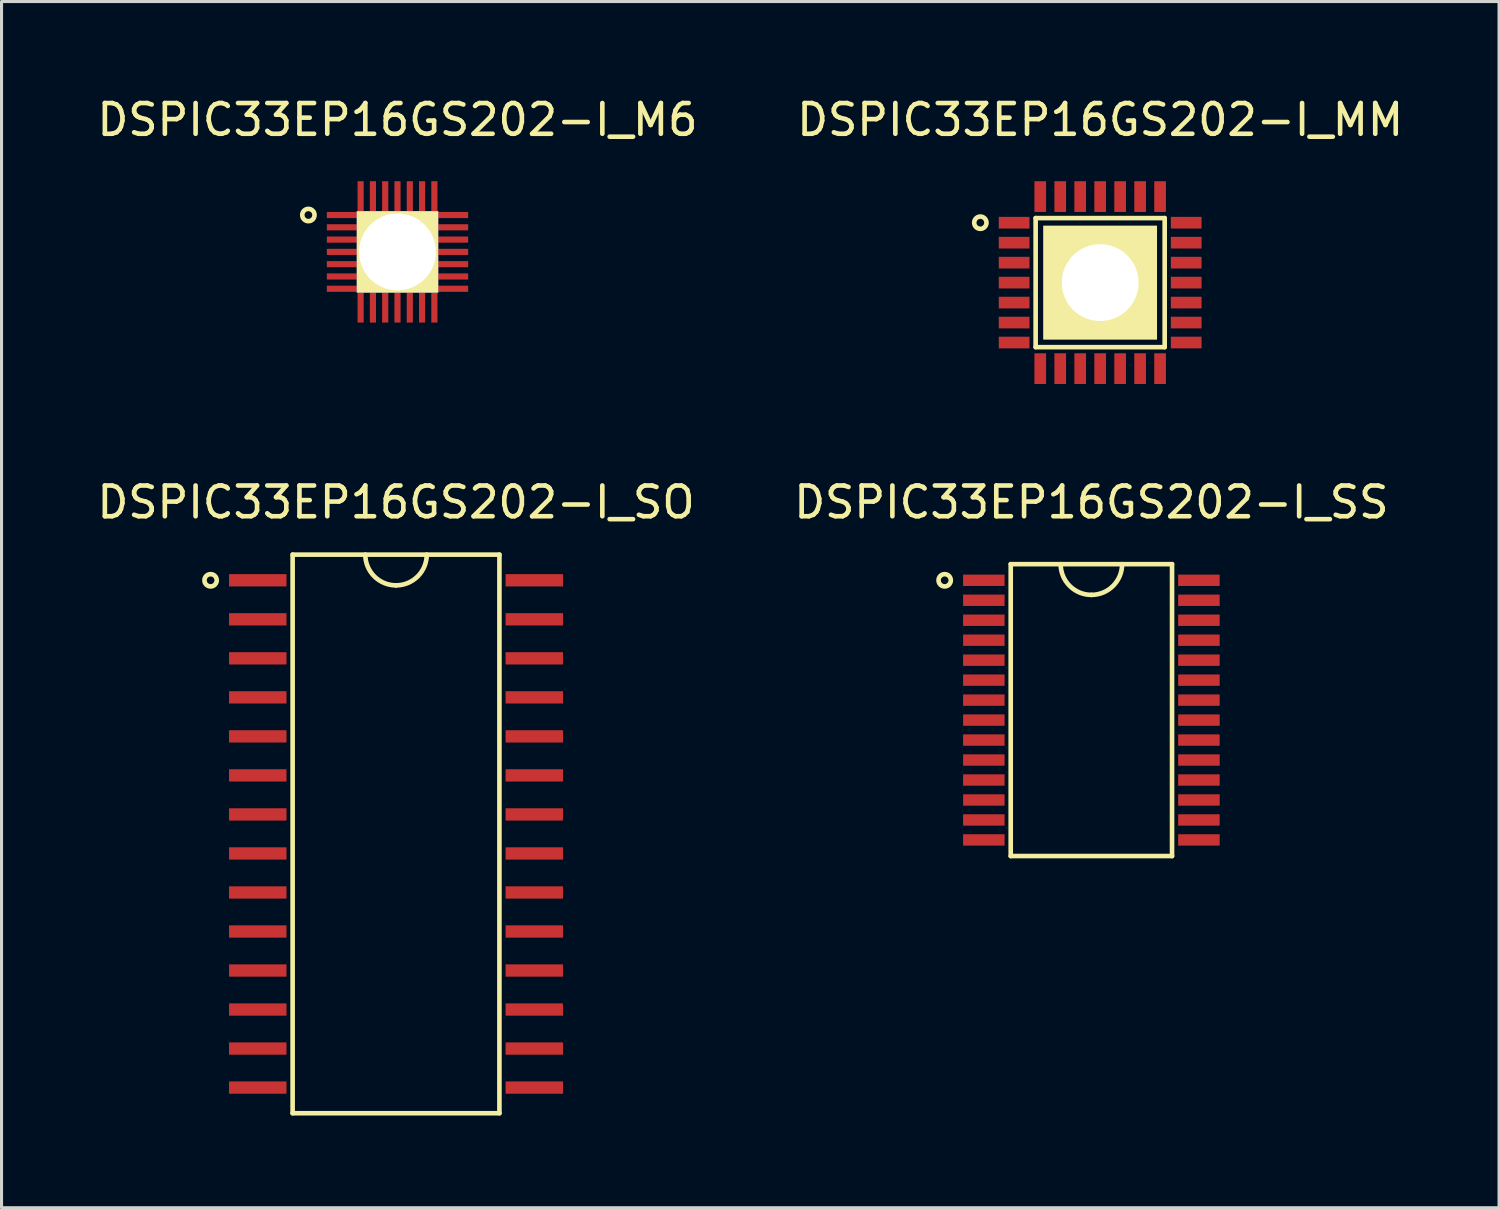
<source format=kicad_pcb>
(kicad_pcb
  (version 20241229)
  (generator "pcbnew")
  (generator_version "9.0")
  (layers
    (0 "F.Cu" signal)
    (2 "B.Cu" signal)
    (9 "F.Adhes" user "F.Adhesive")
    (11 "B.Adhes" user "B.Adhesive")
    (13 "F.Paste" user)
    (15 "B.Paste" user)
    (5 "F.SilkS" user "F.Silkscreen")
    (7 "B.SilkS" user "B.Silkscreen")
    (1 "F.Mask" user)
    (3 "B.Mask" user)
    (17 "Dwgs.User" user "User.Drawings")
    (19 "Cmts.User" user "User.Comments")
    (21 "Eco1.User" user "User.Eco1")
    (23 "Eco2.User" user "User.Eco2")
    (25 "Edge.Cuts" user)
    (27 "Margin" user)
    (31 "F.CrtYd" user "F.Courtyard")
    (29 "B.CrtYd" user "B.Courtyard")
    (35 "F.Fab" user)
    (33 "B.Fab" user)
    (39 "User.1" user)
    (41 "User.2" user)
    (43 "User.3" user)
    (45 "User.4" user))
  (footprint "DSPIC33EP16GS202-I_SO"
    (layer "F.Cu")
    (at 5.339 15.836)
    (property "Reference" "DSPIC33EP16GS202-I_SO" (at 4.5 -2.54 0) (layer "F.SilkS") (effects (font (size 1 1) (thickness 0.15))))
    (attr through_hole)
    (fp_line (start 1.135 -0.835) (end 7.865 -0.835) (stroke (width 0.15) (type solid)) (layer "F.SilkS"))
    (fp_line (start 1.135 17.345) (end 1.135 -0.835) (stroke (width 0.15) (type solid)) (layer "F.SilkS"))
    (fp_line (start 7.865 -0.835) (end 7.865 17.345) (stroke (width 0.15) (type solid)) (layer "F.SilkS"))
    (fp_line (start 7.865 17.345) (end 1.135 17.345) (stroke (width 0.15) (type solid)) (layer "F.SilkS"))
    (fp_arc (start 4.5 0.165) (mid 3.792893 -0.127893) (end 3.5 -0.835) (stroke (width 0.15) (type solid)) (layer "F.SilkS"))
    (fp_arc (start 5.5 -0.835) (mid 5.207107 -0.127893) (end 4.5 0.165) (stroke (width 0.15) (type solid)) (layer "F.SilkS"))
    (fp_circle (center -1.535 0) (end -1.535 0.2) (stroke (width 0.15) (type solid)) (fill no) (layer "F.SilkS"))
    (pad "1" smd rect (at 0 0) (size 1.87 0.4) (layers "F.Cu" "F.Mask" "F.Paste"))
    (pad "2" smd rect (at 0 1.27) (size 1.87 0.4) (layers "F.Cu" "F.Mask" "F.Paste"))
    (pad "3" smd rect (at 0 2.54) (size 1.87 0.4) (layers "F.Cu" "F.Mask" "F.Paste"))
    (pad "4" smd rect (at 0 3.81) (size 1.87 0.4) (layers "F.Cu" "F.Mask" "F.Paste"))
    (pad "5" smd rect (at 0 5.08) (size 1.87 0.4) (layers "F.Cu" "F.Mask" "F.Paste"))
    (pad "6" smd rect (at 0 6.35) (size 1.87 0.4) (layers "F.Cu" "F.Mask" "F.Paste"))
    (pad "7" smd rect (at 0 7.62) (size 1.87 0.4) (layers "F.Cu" "F.Mask" "F.Paste"))
    (pad "8" smd rect (at 0 8.89) (size 1.87 0.4) (layers "F.Cu" "F.Mask" "F.Paste"))
    (pad "9" smd rect (at 0 10.16) (size 1.87 0.4) (layers "F.Cu" "F.Mask" "F.Paste"))
    (pad "10" smd rect (at 0 11.43) (size 1.87 0.4) (layers "F.Cu" "F.Mask" "F.Paste"))
    (pad "11" smd rect (at 0 12.7) (size 1.87 0.4) (layers "F.Cu" "F.Mask" "F.Paste"))
    (pad "12" smd rect (at 0 13.97) (size 1.87 0.4) (layers "F.Cu" "F.Mask" "F.Paste"))
    (pad "13" smd rect (at 0 15.24) (size 1.87 0.4) (layers "F.Cu" "F.Mask" "F.Paste"))
    (pad "14" smd rect (at 0 16.51) (size 1.87 0.4) (layers "F.Cu" "F.Mask" "F.Paste"))
    (pad "15" smd rect (at 9 16.51) (size 1.87 0.4) (layers "F.Cu" "F.Mask" "F.Paste"))
    (pad "16" smd rect (at 9 15.24) (size 1.87 0.4) (layers "F.Cu" "F.Mask" "F.Paste"))
    (pad "17" smd rect (at 9 13.97) (size 1.87 0.4) (layers "F.Cu" "F.Mask" "F.Paste"))
    (pad "18" smd rect (at 9 12.7) (size 1.87 0.4) (layers "F.Cu" "F.Mask" "F.Paste"))
    (pad "19" smd rect (at 9 11.43) (size 1.87 0.4) (layers "F.Cu" "F.Mask" "F.Paste"))
    (pad "20" smd rect (at 9 10.16) (size 1.87 0.4) (layers "F.Cu" "F.Mask" "F.Paste"))
    (pad "21" smd rect (at 9 8.89) (size 1.87 0.4) (layers "F.Cu" "F.Mask" "F.Paste"))
    (pad "22" smd rect (at 9 7.62) (size 1.87 0.4) (layers "F.Cu" "F.Mask" "F.Paste"))
    (pad "23" smd rect (at 9 6.35) (size 1.87 0.4) (layers "F.Cu" "F.Mask" "F.Paste"))
    (pad "24" smd rect (at 9 5.08) (size 1.87 0.4) (layers "F.Cu" "F.Mask" "F.Paste"))
    (pad "25" smd rect (at 9 3.81) (size 1.87 0.4) (layers "F.Cu" "F.Mask" "F.Paste"))
    (pad "26" smd rect (at 9 2.54) (size 1.87 0.4) (layers "F.Cu" "F.Mask" "F.Paste"))
    (pad "27" smd rect (at 9 1.27) (size 1.87 0.4) (layers "F.Cu" "F.Mask" "F.Paste"))
    (pad "28" smd rect (at 9 0) (size 1.87 0.4) (layers "F.Cu" "F.Mask" "F.Paste")))
  (footprint "DSPIC33EP16GS202-I_M6"
    (layer "F.Cu")
    (at 8.087 3.348)
    (property "Reference" "DSPIC33EP16GS202-I_M6" (at 1.8 -2.5 0) (layer "F.SilkS") (effects (font (size 1 1) (thickness 0.15))))
    (attr through_hole)
    (fp_line (start 0.7 0.7) (end 0.7 2.9) (stroke (width 0.15) (type solid)) (layer "F.SilkS"))
    (fp_line (start 0.7 0.7) (end 2.9 0.7) (stroke (width 0.15) (type solid)) (layer "F.SilkS"))
    (fp_line (start 0.7 2.9) (end 2.9 2.9) (stroke (width 0.15) (type solid)) (layer "F.SilkS"))
    (fp_line (start 2.9 2.9) (end 2.9 0.7) (stroke (width 0.15) (type solid)) (layer "F.SilkS"))
    (fp_circle (center -1.1 0.6) (end -1.1 0.4) (stroke (width 0.15) (type solid)) (fill no) (layer "F.SilkS"))
    (fp_circle (center 1.7 1.7) (end 1.7 1.2) (stroke (width 0.15) (type solid)) (fill no) (layer "F.SilkS"))
    (pad "1" smd rect (at 0 0.6) (size 1 0.2) (layers "F.Cu" "F.Mask" "F.Paste"))
    (pad "2" smd rect (at 0 1) (size 1 0.2) (layers "F.Cu" "F.Mask" "F.Paste"))
    (pad "3" smd rect (at 0 1.4) (size 1 0.2) (layers "F.Cu" "F.Mask" "F.Paste"))
    (pad "4" smd rect (at 0 1.8) (size 1 0.2) (layers "F.Cu" "F.Mask" "F.Paste"))
    (pad "5" smd rect (at 0 2.2) (size 1 0.2) (layers "F.Cu" "F.Mask" "F.Paste"))
    (pad "6" smd rect (at 0 2.6) (size 1 0.2) (layers "F.Cu" "F.Mask" "F.Paste"))
    (pad "7" smd rect (at 0 3) (size 1 0.2) (layers "F.Cu" "F.Mask" "F.Paste"))
    (pad "8" smd rect (at 0.6 3.6) (size 0.2 1) (layers "F.Cu" "F.Mask" "F.Paste"))
    (pad "9" smd rect (at 1 3.6) (size 0.2 1) (layers "F.Cu" "F.Mask" "F.Paste"))
    (pad "10" smd rect (at 1.4 3.6) (size 0.2 1) (layers "F.Cu" "F.Mask" "F.Paste"))
    (pad "11" smd rect (at 1.8 3.6) (size 0.2 1) (layers "F.Cu" "F.Mask" "F.Paste"))
    (pad "12" smd rect (at 2.2 3.6) (size 0.2 1) (layers "F.Cu" "F.Mask" "F.Paste"))
    (pad "13" smd rect (at 2.6 3.6) (size 0.2 1) (layers "F.Cu" "F.Mask" "F.Paste"))
    (pad "14" smd rect (at 3 3.6) (size 0.2 1) (layers "F.Cu" "F.Mask" "F.Paste"))
    (pad "15" smd rect (at 3.6 3) (size 1 0.2) (layers "F.Cu" "F.Mask" "F.Paste"))
    (pad "16" smd rect (at 3.6 2.6) (size 1 0.2) (layers "F.Cu" "F.Mask" "F.Paste"))
    (pad "17" smd rect (at 3.6 2.2) (size 1 0.2) (layers "F.Cu" "F.Mask" "F.Paste"))
    (pad "18" smd rect (at 3.6 1.8) (size 1 0.2) (layers "F.Cu" "F.Mask" "F.Paste"))
    (pad "19" smd rect (at 3.6 1.4) (size 1 0.2) (layers "F.Cu" "F.Mask" "F.Paste"))
    (pad "20" smd rect (at 3.6 1) (size 1 0.2) (layers "F.Cu" "F.Mask" "F.Paste"))
    (pad "21" smd rect (at 3.6 0.6) (size 1 0.2) (layers "F.Cu" "F.Mask" "F.Paste"))
    (pad "22" smd rect (at 3 0) (size 0.2 1) (layers "F.Cu" "F.Mask" "F.Paste"))
    (pad "23" smd rect (at 2.6 0) (size 0.2 1) (layers "F.Cu" "F.Mask" "F.Paste"))
    (pad "24" smd rect (at 2.2 0) (size 0.2 1) (layers "F.Cu" "F.Mask" "F.Paste"))
    (pad "25" smd rect (at 1.8 0) (size 0.2 1) (layers "F.Cu" "F.Mask" "F.Paste"))
    (pad "26" smd rect (at 1.4 0) (size 0.2 1) (layers "F.Cu" "F.Mask" "F.Paste"))
    (pad "27" smd rect (at 1 0) (size 0.2 1) (layers "F.Cu" "F.Mask" "F.Paste"))
    (pad "28" smd rect (at 0.6 0) (size 0.2 1) (layers "F.Cu" "F.Mask" "F.Paste"))
    (pad "999" thru_hole rect (at 1.8 1.8) (size 2.65 2.65) (drill 2.5) (layers "*.Cu" "*.Mask" "F.SilkS")))
  (footprint "DSPIC33EP16GS202-I_MM"
    (layer "F.Cu")
    (at 29.956 3.348)
    (property "Reference" "DSPIC33EP16GS202-I_MM" (at 2.8 -2.5 0) (layer "F.SilkS") (effects (font (size 1 1) (thickness 0.15))))
    (attr through_hole)
    (fp_line (start 0.7 0.7) (end 0.7 4.9) (stroke (width 0.15) (type solid)) (layer "F.SilkS"))
    (fp_line (start 0.7 0.7) (end 4.9 0.7) (stroke (width 0.15) (type solid)) (layer "F.SilkS"))
    (fp_line (start 0.7 4.9) (end 4.9 4.9) (stroke (width 0.15) (type solid)) (layer "F.SilkS"))
    (fp_line (start 4.9 4.9) (end 4.9 0.7) (stroke (width 0.15) (type solid)) (layer "F.SilkS"))
    (fp_circle (center -1.1 0.85) (end -1.1 0.65) (stroke (width 0.15) (type solid)) (fill no) (layer "F.SilkS"))
    (fp_circle (center 1.7 1.7) (end 1.7 1.2) (stroke (width 0.15) (type solid)) (fill no) (layer "F.SilkS"))
    (pad "1" smd rect (at 0 0.85) (size 1 0.38) (layers "F.Cu" "F.Mask" "F.Paste"))
    (pad "2" smd rect (at 0 1.5) (size 1 0.38) (layers "F.Cu" "F.Mask" "F.Paste"))
    (pad "3" smd rect (at 0 2.15) (size 1 0.38) (layers "F.Cu" "F.Mask" "F.Paste"))
    (pad "4" smd rect (at 0 2.8) (size 1 0.38) (layers "F.Cu" "F.Mask" "F.Paste"))
    (pad "5" smd rect (at 0 3.45) (size 1 0.38) (layers "F.Cu" "F.Mask" "F.Paste"))
    (pad "6" smd rect (at 0 4.1) (size 1 0.38) (layers "F.Cu" "F.Mask" "F.Paste"))
    (pad "7" smd rect (at 0 4.75) (size 1 0.38) (layers "F.Cu" "F.Mask" "F.Paste"))
    (pad "8" smd rect (at 0.85 5.6) (size 0.38 1) (layers "F.Cu" "F.Mask" "F.Paste"))
    (pad "9" smd rect (at 1.5 5.6) (size 0.38 1) (layers "F.Cu" "F.Mask" "F.Paste"))
    (pad "10" smd rect (at 2.15 5.6) (size 0.38 1) (layers "F.Cu" "F.Mask" "F.Paste"))
    (pad "11" smd rect (at 2.8 5.6) (size 0.38 1) (layers "F.Cu" "F.Mask" "F.Paste"))
    (pad "12" smd rect (at 3.45 5.6) (size 0.38 1) (layers "F.Cu" "F.Mask" "F.Paste"))
    (pad "13" smd rect (at 4.1 5.6) (size 0.38 1) (layers "F.Cu" "F.Mask" "F.Paste"))
    (pad "14" smd rect (at 4.75 5.6) (size 0.38 1) (layers "F.Cu" "F.Mask" "F.Paste"))
    (pad "15" smd rect (at 5.6 4.75) (size 1 0.38) (layers "F.Cu" "F.Mask" "F.Paste"))
    (pad "16" smd rect (at 5.6 4.1) (size 1 0.38) (layers "F.Cu" "F.Mask" "F.Paste"))
    (pad "17" smd rect (at 5.6 3.45) (size 1 0.38) (layers "F.Cu" "F.Mask" "F.Paste"))
    (pad "18" smd rect (at 5.6 2.8) (size 1 0.38) (layers "F.Cu" "F.Mask" "F.Paste"))
    (pad "19" smd rect (at 5.6 2.15) (size 1 0.38) (layers "F.Cu" "F.Mask" "F.Paste"))
    (pad "20" smd rect (at 5.6 1.5) (size 1 0.38) (layers "F.Cu" "F.Mask" "F.Paste"))
    (pad "21" smd rect (at 5.6 0.85) (size 1 0.38) (layers "F.Cu" "F.Mask" "F.Paste"))
    (pad "22" smd rect (at 4.75 0) (size 0.38 1) (layers "F.Cu" "F.Mask" "F.Paste"))
    (pad "23" smd rect (at 4.1 0) (size 0.38 1) (layers "F.Cu" "F.Mask" "F.Paste"))
    (pad "24" smd rect (at 3.45 0) (size 0.38 1) (layers "F.Cu" "F.Mask" "F.Paste"))
    (pad "25" smd rect (at 2.8 0) (size 0.38 1) (layers "F.Cu" "F.Mask" "F.Paste"))
    (pad "26" smd rect (at 2.15 0) (size 0.38 1) (layers "F.Cu" "F.Mask" "F.Paste"))
    (pad "27" smd rect (at 1.5 0) (size 0.38 1) (layers "F.Cu" "F.Mask" "F.Paste"))
    (pad "28" smd rect (at 0.85 0) (size 0.38 1) (layers "F.Cu" "F.Mask" "F.Paste"))
    (pad "999" thru_hole rect (at 2.8 2.8) (size 3.7 3.7) (drill 2.5) (layers "*.Cu" "*.Mask" "F.SilkS")))
  (footprint "DSPIC33EP16GS202-I_SS"
    (layer "F.Cu")
    (at 28.97 15.836)
    (property "Reference" "DSPIC33EP16GS202-I_SS" (at 3.5 -2.54 0) (layer "F.SilkS") (effects (font (size 1 1) (thickness 0.15))))
    (attr through_hole)
    (fp_line (start 0.875 -0.525) (end 6.125 -0.525) (stroke (width 0.15) (type solid)) (layer "F.SilkS"))
    (fp_line (start 0.875 8.975) (end 0.875 -0.525) (stroke (width 0.15) (type solid)) (layer "F.SilkS"))
    (fp_line (start 6.125 -0.525) (end 6.125 8.975) (stroke (width 0.15) (type solid)) (layer "F.SilkS"))
    (fp_line (start 6.125 8.975) (end 0.875 8.975) (stroke (width 0.15) (type solid)) (layer "F.SilkS"))
    (fp_arc (start 3.5 0.475) (mid 2.792893 0.182107) (end 2.5 -0.525) (stroke (width 0.15) (type solid)) (layer "F.SilkS"))
    (fp_arc (start 4.5 -0.525) (mid 4.207107 0.182107) (end 3.5 0.475) (stroke (width 0.15) (type solid)) (layer "F.SilkS"))
    (fp_circle (center -1.275 0) (end -1.275 0.2) (stroke (width 0.15) (type solid)) (fill no) (layer "F.SilkS"))
    (pad "1" smd rect (at 0 0) (size 1.35 0.37) (layers "F.Cu" "F.Mask" "F.Paste"))
    (pad "2" smd rect (at 0 0.65) (size 1.35 0.37) (layers "F.Cu" "F.Mask" "F.Paste"))
    (pad "3" smd rect (at 0 1.3) (size 1.35 0.37) (layers "F.Cu" "F.Mask" "F.Paste"))
    (pad "4" smd rect (at 0 1.95) (size 1.35 0.37) (layers "F.Cu" "F.Mask" "F.Paste"))
    (pad "5" smd rect (at 0 2.6) (size 1.35 0.37) (layers "F.Cu" "F.Mask" "F.Paste"))
    (pad "6" smd rect (at 0 3.25) (size 1.35 0.37) (layers "F.Cu" "F.Mask" "F.Paste"))
    (pad "7" smd rect (at 0 3.9) (size 1.35 0.37) (layers "F.Cu" "F.Mask" "F.Paste"))
    (pad "8" smd rect (at 0 4.55) (size 1.35 0.37) (layers "F.Cu" "F.Mask" "F.Paste"))
    (pad "9" smd rect (at 0 5.2) (size 1.35 0.37) (layers "F.Cu" "F.Mask" "F.Paste"))
    (pad "10" smd rect (at 0 5.85) (size 1.35 0.37) (layers "F.Cu" "F.Mask" "F.Paste"))
    (pad "11" smd rect (at 0 6.5) (size 1.35 0.37) (layers "F.Cu" "F.Mask" "F.Paste"))
    (pad "12" smd rect (at 0 7.15) (size 1.35 0.37) (layers "F.Cu" "F.Mask" "F.Paste"))
    (pad "13" smd rect (at 0 7.8) (size 1.35 0.37) (layers "F.Cu" "F.Mask" "F.Paste"))
    (pad "14" smd rect (at 0 8.45) (size 1.35 0.37) (layers "F.Cu" "F.Mask" "F.Paste"))
    (pad "15" smd rect (at 7 8.45) (size 1.35 0.37) (layers "F.Cu" "F.Mask" "F.Paste"))
    (pad "16" smd rect (at 7 7.8) (size 1.35 0.37) (layers "F.Cu" "F.Mask" "F.Paste"))
    (pad "17" smd rect (at 7 7.15) (size 1.35 0.37) (layers "F.Cu" "F.Mask" "F.Paste"))
    (pad "18" smd rect (at 7 6.5) (size 1.35 0.37) (layers "F.Cu" "F.Mask" "F.Paste"))
    (pad "19" smd rect (at 7 5.85) (size 1.35 0.37) (layers "F.Cu" "F.Mask" "F.Paste"))
    (pad "20" smd rect (at 7 5.2) (size 1.35 0.37) (layers "F.Cu" "F.Mask" "F.Paste"))
    (pad "21" smd rect (at 7 4.55) (size 1.35 0.37) (layers "F.Cu" "F.Mask" "F.Paste"))
    (pad "22" smd rect (at 7 3.9) (size 1.35 0.37) (layers "F.Cu" "F.Mask" "F.Paste"))
    (pad "23" smd rect (at 7 3.25) (size 1.35 0.37) (layers "F.Cu" "F.Mask" "F.Paste"))
    (pad "24" smd rect (at 7 2.6) (size 1.35 0.37) (layers "F.Cu" "F.Mask" "F.Paste"))
    (pad "25" smd rect (at 7 1.95) (size 1.35 0.37) (layers "F.Cu" "F.Mask" "F.Paste"))
    (pad "26" smd rect (at 7 1.3) (size 1.35 0.37) (layers "F.Cu" "F.Mask" "F.Paste"))
    (pad "27" smd rect (at 7 0.65) (size 1.35 0.37) (layers "F.Cu" "F.Mask" "F.Paste"))
    (pad "28" smd rect (at 7 0) (size 1.35 0.37) (layers "F.Cu" "F.Mask" "F.Paste")))
  (gr_rect
    (start -3 -3)
    (end 45.738 36.257)
    (stroke (width 0.1) (type default))
    (fill no)
    (layer "Edge.Cuts")))
</source>
